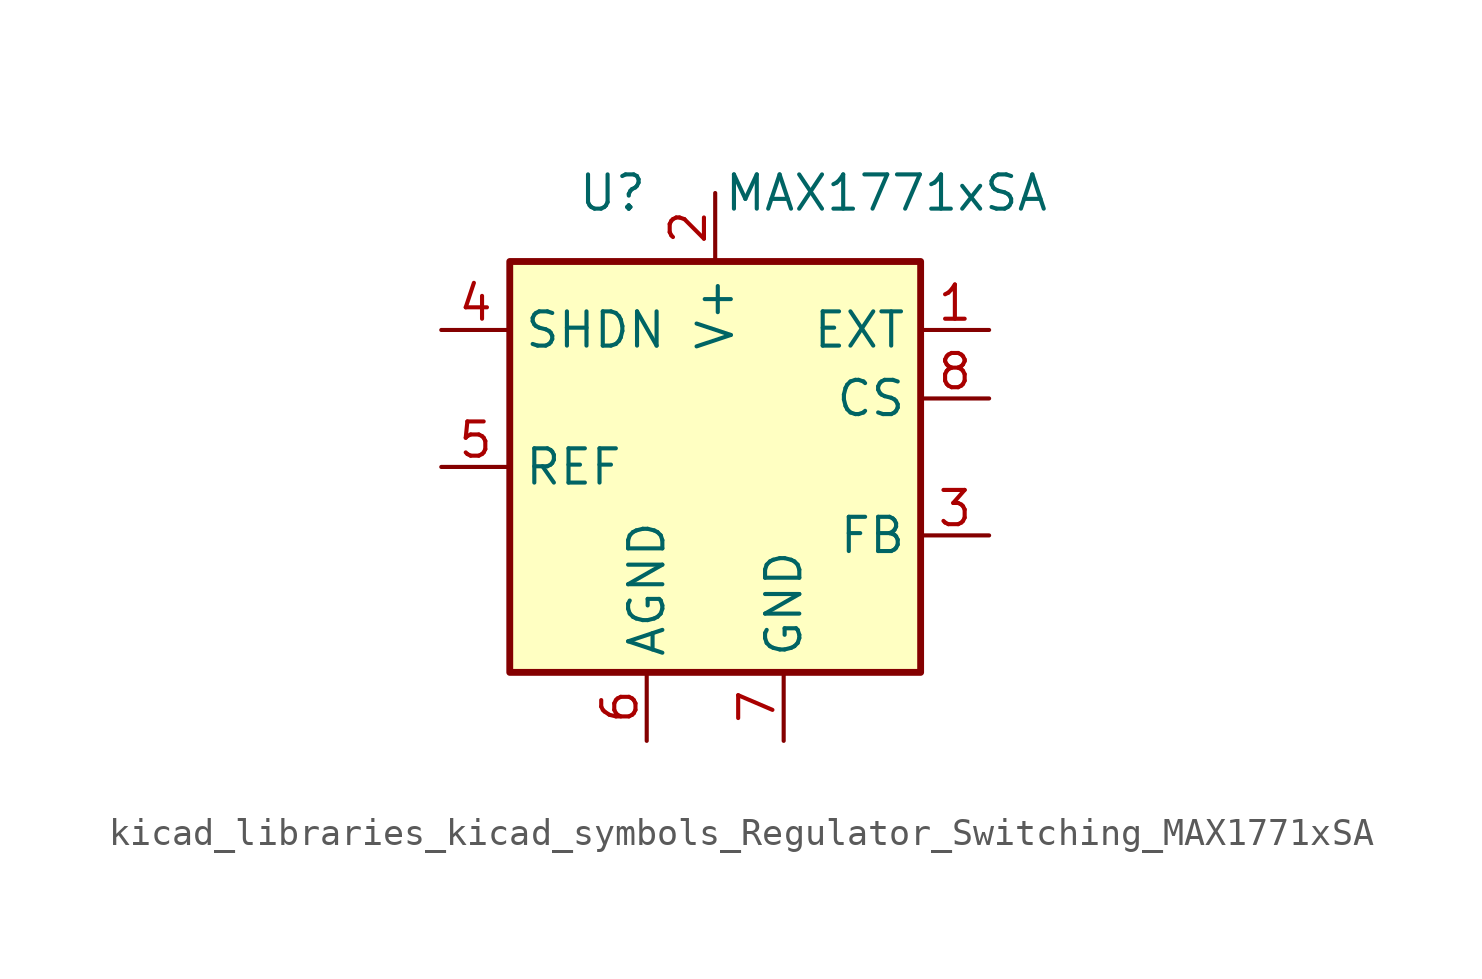
<source format=kicad_sym>
(kicad_symbol_lib
  (version 20220914)
  (generator kicad_symbol_editor)
  (symbol "kicad_libraries_kicad_symbols_Regulator_Switching_MAX1771xSA"
    (property "Reference" "U"
      (at -3.81 10.16 0)
      (effects (font (size 1.27 1.27))))
    (property "Value" "MAX1771xSA"
      (at 6.35 10.16 0)
      (effects (font (size 1.27 1.27))))
    (symbol "kicad_libraries_kicad_symbols_Regulator_Switching_MAX1771xSA_0_1"
      (rectangle (start -7.62 7.62) (end 7.62 -7.62) (stroke (width 0.254) (type default)) (fill (type background))))
    (symbol "kicad_libraries_kicad_symbols_Regulator_Switching_MAX1771xSA_1_1"
      (pin output line (at 10.16 5.08 180) (length 2.54) (name "EXT" (effects (font (size 1.27 1.27)))) (number "1" (effects (font (size 1.27 1.27)))))
      (pin power_in line (at 0 10.16 270) (length 2.54) (name "V+" (effects (font (size 1.27 1.27)))) (number "2" (effects (font (size 1.27 1.27)))))
      (pin input line (at 10.16 -2.54 180) (length 2.54) (name "FB" (effects (font (size 1.27 1.27)))) (number "3" (effects (font (size 1.27 1.27)))))
      (pin input line (at -10.16 5.08 0) (length 2.54) (name "SHDN" (effects (font (size 1.27 1.27)))) (number "4" (effects (font (size 1.27 1.27)))))
      (pin passive line (at -10.16 0 0) (length 2.54) (name "REF" (effects (font (size 1.27 1.27)))) (number "5" (effects (font (size 1.27 1.27)))))
      (pin power_in line (at -2.54 -10.16 90) (length 2.54) (name "AGND" (effects (font (size 1.27 1.27)))) (number "6" (effects (font (size 1.27 1.27)))))
      (pin power_in line (at 2.54 -10.16 90) (length 2.54) (name "GND" (effects (font (size 1.27 1.27)))) (number "7" (effects (font (size 1.27 1.27)))))
      (pin input line (at 10.16 2.54 180) (length 2.54) (name "CS" (effects (font (size 1.27 1.27)))) (number "8" (effects (font (size 1.27 1.27))))))))
</source>
